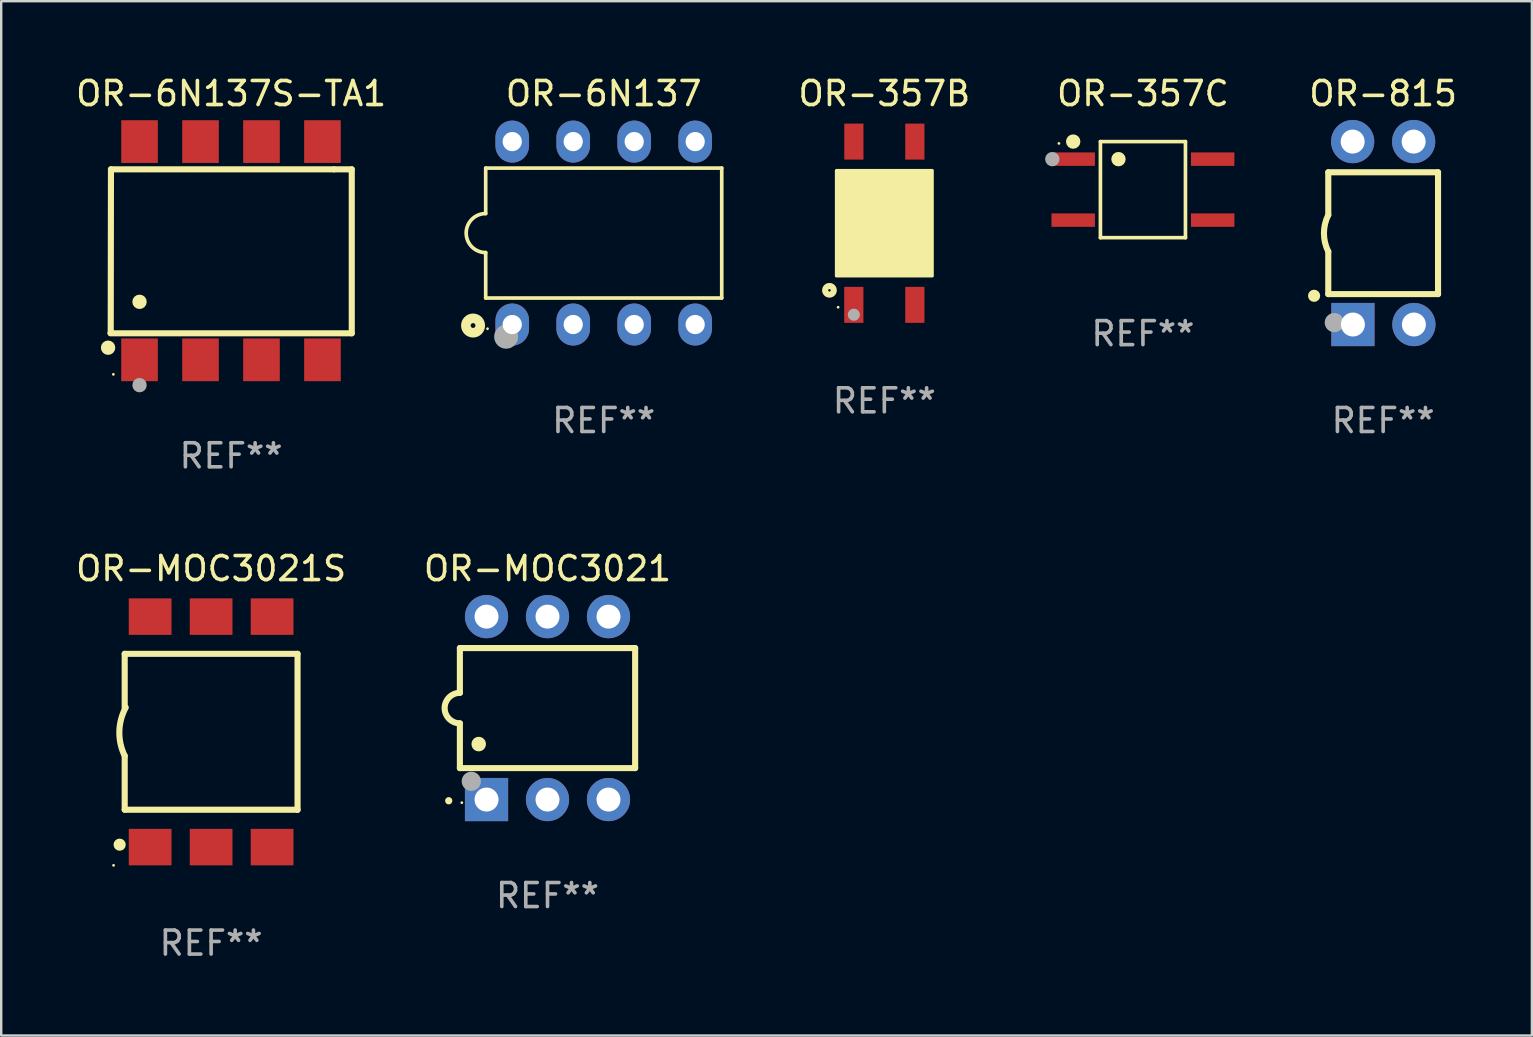
<source format=kicad_pcb>
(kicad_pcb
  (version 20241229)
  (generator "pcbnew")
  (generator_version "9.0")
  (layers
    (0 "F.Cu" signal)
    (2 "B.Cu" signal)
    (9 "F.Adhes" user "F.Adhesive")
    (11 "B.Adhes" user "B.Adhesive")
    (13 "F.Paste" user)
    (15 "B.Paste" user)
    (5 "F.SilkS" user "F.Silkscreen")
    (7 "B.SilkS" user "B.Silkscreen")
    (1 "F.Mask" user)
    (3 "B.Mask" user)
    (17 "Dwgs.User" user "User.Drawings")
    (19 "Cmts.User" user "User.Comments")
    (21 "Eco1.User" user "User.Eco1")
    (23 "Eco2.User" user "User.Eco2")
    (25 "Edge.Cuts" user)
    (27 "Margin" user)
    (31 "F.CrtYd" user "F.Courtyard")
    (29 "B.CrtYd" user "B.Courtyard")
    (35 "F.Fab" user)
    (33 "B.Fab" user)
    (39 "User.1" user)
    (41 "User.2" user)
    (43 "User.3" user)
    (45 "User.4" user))
  (footprint "OR-MOC3021S"
    (layer "F.Cu")
    (at 5.744 27.435)
    (property "Reference" "OR-MOC3021S" (at 0 -6.8 0) (layer "F.SilkS") (effects (font (size 1 1) (thickness 0.15))))
    (attr through_hole)
    (fp_line (start -3.6 -3.25) (end -3.6 -1) (stroke (width 0.254) (type solid)) (layer "F.SilkS"))
    (fp_line (start -3.6 -3.25) (end 3.6 -3.25) (stroke (width 0.254) (type solid)) (layer "F.SilkS"))
    (fp_line (start -3.6 3.243) (end -3.6 1) (stroke (width 0.254) (type solid)) (layer "F.SilkS"))
    (fp_line (start 3.6 -3.25) (end 3.6 3.25) (stroke (width 0.254) (type solid)) (layer "F.SilkS"))
    (fp_line (start 3.6 3.243) (end -3.6 3.243) (stroke (width 0.254) (type solid)) (layer "F.SilkS"))
    (fp_arc (start -3.599187 0.999746) (mid -3.822377 -0.013372) (end -3.556007 -1.016002) (stroke (width 0.254001) (type solid)) (layer "F.SilkS"))
    (fp_circle (center -4.064 5.56) (end -4.034 5.56) (stroke (width 0.06) (type solid)) (fill no) (layer "F.SilkS"))
    (fp_circle (center -3.81 4.699) (end -3.683 4.699) (stroke (width 0.254) (type solid)) (fill no) (layer "F.SilkS"))
    (fp_text user "REF**" (at 0 8.8 0) (layer "F.Fab") (effects (font (size 1 1) (thickness 0.15))))
    (pad "1" smd rect (at -2.54 4.8) (size 1.78 1.52) (layers "F.Cu" "F.Mask" "F.Paste"))
    (pad "2" smd rect (at 0 4.8) (size 1.78 1.52) (layers "F.Cu" "F.Mask" "F.Paste"))
    (pad "3" smd rect (at 2.54 4.8) (size 1.78 1.52) (layers "F.Cu" "F.Mask" "F.Paste"))
    (pad "4" smd rect (at 2.54 -4.8) (size 1.78 1.52) (layers "F.Cu" "F.Mask" "F.Paste"))
    (pad "5" smd rect (at 0 -4.8) (size 1.78 1.52) (layers "F.Cu" "F.Mask" "F.Paste"))
    (pad "6" smd rect (at -2.54 -4.8) (size 1.78 1.52) (layers "F.Cu" "F.Mask" "F.Paste")))
  (footprint "OR-357C"
    (layer "F.Cu")
    (at 44.558 4.849)
    (property "Reference" "OR-357C" (at 0 -4.001 0) (layer "F.SilkS") (effects (font (size 1 1) (thickness 0.15))))
    (attr through_hole)
    (fp_line (start -1.771 -2.001) (end 1.771 -2.001) (stroke (width 0.152) (type solid)) (layer "F.SilkS"))
    (fp_line (start -1.771 2.001) (end -1.771 -2.001) (stroke (width 0.152) (type solid)) (layer "F.SilkS"))
    (fp_line (start 1.771 -2.001) (end 1.771 2.001) (stroke (width 0.152) (type solid)) (layer "F.SilkS"))
    (fp_line (start 1.771 2.001) (end -1.771 2.001) (stroke (width 0.152) (type solid)) (layer "F.SilkS"))
    (fp_circle (center -3.5 -1.925) (end -3.47 -1.925) (stroke (width 0.06) (type solid)) (fill no) (layer "F.SilkS"))
    (fp_circle (center -2.905 -2.002) (end -2.755 -2.002) (stroke (width 0.3) (type solid)) (fill no) (layer "F.SilkS"))
    (fp_circle (center -1.019 -1.27) (end -0.869 -1.27) (stroke (width 0.3) (type solid)) (fill no) (layer "F.SilkS"))
    (fp_circle (center -3.775 -1.27) (end -3.625 -1.27) (stroke (width 0.3) (type solid)) (fill no) (layer "F.Fab"))
    (fp_text user "REF**" (at 0 6.001 0) (layer "F.Fab") (effects (font (size 1 1) (thickness 0.15))))
    (pad "1" smd rect (at -2.905 -1.27) (size 1.81 0.56) (layers "F.Cu" "F.Mask" "F.Paste"))
    (pad "2" smd rect (at -2.905 1.27) (size 1.81 0.56) (layers "F.Cu" "F.Mask" "F.Paste"))
    (pad "3" smd rect (at 2.905 1.27) (size 1.81 0.56) (layers "F.Cu" "F.Mask" "F.Paste"))
    (pad "4" smd rect (at 2.905 -1.27) (size 1.81 0.56) (layers "F.Cu" "F.Mask" "F.Paste")))
  (footprint "OR-6N137"
    (layer "F.Cu")
    (at 22.097 6.658)
    (property "Reference" "OR-6N137" (at 0 -5.81 0) (layer "F.SilkS") (effects (font (size 1 1) (thickness 0.15))))
    (attr through_hole)
    (fp_line (start -4.916 -2.706) (end -4.916 -0.812) (stroke (width 0.152) (type solid)) (layer "F.SilkS"))
    (fp_line (start -4.916 0.812) (end -4.916 2.706) (stroke (width 0.152) (type solid)) (layer "F.SilkS"))
    (fp_line (start -4.916 2.706) (end 4.916 2.706) (stroke (width 0.152) (type solid)) (layer "F.SilkS"))
    (fp_line (start 4.916 -2.706) (end -4.916 -2.706) (stroke (width 0.152) (type solid)) (layer "F.SilkS"))
    (fp_line (start 4.916 2.706) (end 4.916 -2.706) (stroke (width 0.152) (type solid)) (layer "F.SilkS"))
    (fp_arc (start -4.9162 0.812499) (mid -5.728699 0) (end -4.9162 -0.812499) (stroke (width 0.1524) (type solid)) (layer "F.SilkS"))
    (fp_circle (center -5.442 3.852) (end -5.142 3.852) (stroke (width 0.4) (type solid)) (fill no) (layer "F.SilkS"))
    (fp_circle (center -4.84 3.985) (end -4.81 3.985) (stroke (width 0.06) (type solid)) (fill no) (layer "F.SilkS"))
    (fp_circle (center -4.064 4.318) (end -3.814 4.318) (stroke (width 0.5) (type solid)) (fill no) (layer "F.Fab"))
    (fp_text user "REF**" (at 0 7.81 0) (layer "F.Fab") (effects (font (size 1 1) (thickness 0.15))))
    (pad "1" thru_hole oval (at -3.81 3.81) (size 1.4 1.75) (drill 0.8) (layers "*.Cu" "*.Mask"))
    (pad "2" thru_hole oval (at -1.27 3.81) (size 1.4 1.75) (drill 0.8) (layers "*.Cu" "*.Mask"))
    (pad "3" thru_hole oval (at 1.27 3.81) (size 1.4 1.75) (drill 0.8) (layers "*.Cu" "*.Mask"))
    (pad "4" thru_hole oval (at 3.81 3.81) (size 1.4 1.75) (drill 0.8) (layers "*.Cu" "*.Mask"))
    (pad "5" thru_hole oval (at 3.81 -3.81) (size 1.4 1.75) (drill 0.8) (layers "*.Cu" "*.Mask"))
    (pad "6" thru_hole oval (at 1.27 -3.81) (size 1.4 1.75) (drill 0.8) (layers "*.Cu" "*.Mask"))
    (pad "7" thru_hole oval (at -1.27 -3.81) (size 1.4 1.75) (drill 0.8) (layers "*.Cu" "*.Mask"))
    (pad "8" thru_hole oval (at -3.81 -3.81) (size 1.4 1.75) (drill 0.8) (layers "*.Cu" "*.Mask")))
  (footprint "OR-6N137S-TA1"
    (layer "F.Cu")
    (at 6.577 7.393)
    (property "Reference" "OR-6N137S-TA1" (at 0 -6.545 0) (layer "F.SilkS") (effects (font (size 1 1) (thickness 0.15))))
    (attr through_hole)
    (fp_line (start -5.005 -3.39) (end -5.015 3.42) (stroke (width 0.254) (type solid)) (layer "F.SilkS"))
    (fp_line (start 4.285 -3.39) (end -5.005 -3.39) (stroke (width 0.254) (type solid)) (layer "F.SilkS"))
    (fp_line (start 4.285 -3.39) (end 5.025 -3.39) (stroke (width 0.254) (type solid)) (layer "F.SilkS"))
    (fp_line (start 5.025 -3.39) (end 5.025 3.44) (stroke (width 0.254) (type solid)) (layer "F.SilkS"))
    (fp_line (start 5.025 3.44) (end -5.025 3.44) (stroke (width 0.254) (type solid)) (layer "F.SilkS"))
    (fp_circle (center -5.125 4.04) (end -4.975 4.04) (stroke (width 0.3) (type solid)) (fill no) (layer "F.SilkS"))
    (fp_circle (center -4.905 5.15) (end -4.875 5.15) (stroke (width 0.06) (type solid)) (fill no) (layer "F.SilkS"))
    (fp_circle (center -3.815 2.129) (end -3.665 2.129) (stroke (width 0.3) (type solid)) (fill no) (layer "F.SilkS"))
    (fp_circle (center -3.815 5.6) (end -3.665 5.6) (stroke (width 0.3) (type solid)) (fill no) (layer "F.Fab"))
    (fp_text user "REF**" (at 0 8.545 0) (layer "F.Fab") (effects (font (size 1 1) (thickness 0.15))))
    (pad "1" smd rect (at -3.815 4.545) (size 1.525 1.78) (layers "F.Cu" "F.Mask" "F.Paste"))
    (pad "2" smd rect (at -1.275 4.545) (size 1.525 1.78) (layers "F.Cu" "F.Mask" "F.Paste"))
    (pad "3" smd rect (at 1.265 4.545) (size 1.525 1.78) (layers "F.Cu" "F.Mask" "F.Paste"))
    (pad "4" smd rect (at 3.805 4.545) (size 1.525 1.78) (layers "F.Cu" "F.Mask" "F.Paste"))
    (pad "5" smd rect (at 3.805 -4.545) (size 1.525 1.78) (layers "F.Cu" "F.Mask" "F.Paste"))
    (pad "6" smd rect (at 1.265 -4.545) (size 1.525 1.78) (layers "F.Cu" "F.Mask" "F.Paste"))
    (pad "7" smd rect (at -1.275 -4.545) (size 1.525 1.78) (layers "F.Cu" "F.Mask" "F.Paste"))
    (pad "8" smd rect (at -3.815 -4.545) (size 1.525 1.78) (layers "F.Cu" "F.Mask" "F.Paste")))
  (footprint "OR-815"
    (layer "F.Cu")
    (at 54.564 6.658)
    (property "Reference" "OR-815" (at 0 -5.81 0) (layer "F.SilkS") (effects (font (size 1 1) (thickness 0.15))))
    (attr through_hole)
    (fp_line (start -2.286 -2.532) (end -2.286 -0.754) (stroke (width 0.254) (type solid)) (layer "F.SilkS"))
    (fp_line (start -2.286 -2.532) (end 2.286 -2.532) (stroke (width 0.254) (type solid)) (layer "F.SilkS"))
    (fp_line (start -2.286 0.77) (end -2.286 2.542) (stroke (width 0.254) (type solid)) (layer "F.SilkS"))
    (fp_line (start -2.286 2.542) (end 2.286 2.542) (stroke (width 0.254) (type solid)) (layer "F.SilkS"))
    (fp_line (start 2.286 -2.532) (end 2.286 2.542) (stroke (width 0.254) (type solid)) (layer "F.SilkS"))
    (fp_arc (start -2.286005 0.769952) (mid -2.465889 0.00795) (end -2.286005 -0.754051) (stroke (width 0.254001) (type solid)) (layer "F.SilkS"))
    (fp_circle (center -2.877 2.613) (end -2.75 2.613) (stroke (width 0.254) (type solid)) (fill no) (layer "F.SilkS"))
    (fp_circle (center -2.29 3.935) (end -2.26 3.935) (stroke (width 0.06) (type solid)) (fill no) (layer "F.SilkS"))
    (fp_circle (center -2.035 3.73) (end -1.835 3.73) (stroke (width 0.4) (type solid)) (fill no) (layer "F.Fab"))
    (fp_text user "REF**" (at 0 7.81 0) (layer "F.Fab") (effects (font (size 1 1) (thickness 0.15))))
    (pad "1" thru_hole rect (at -1.26 3.81 180) (size 1.8 1.8) (drill 1) (layers "*.Cu" "*.Mask"))
    (pad "2" thru_hole circle (at 1.28 3.81) (size 1.8 1.8) (drill 1) (layers "*.Cu" "*.Mask"))
    (pad "3" thru_hole circle (at 1.27 -3.81) (size 1.8 1.8) (drill 1) (layers "*.Cu" "*.Mask"))
    (pad "4" thru_hole circle (at -1.27 -3.81) (size 1.8 1.8) (drill 1) (layers "*.Cu" "*.Mask")))
  (footprint "OR-357B"
    (layer "F.Cu")
    (at 33.786 6.248)
    (property "Reference" "OR-357B" (at 0 -5.4 0) (layer "F.SilkS") (effects (font (size 1 1) (thickness 0.15))))
    (attr through_hole)
    (fp_circle (center -2.286 2.794) (end -2.107 2.794) (stroke (width 0.254) (type solid)) (fill no) (layer "F.SilkS"))
    (fp_circle (center -1.925 3.5) (end -1.895 3.5) (stroke (width 0.06) (type solid)) (fill no) (layer "F.SilkS"))
    (fp_circle (center -1.017 1.27) (end -0.636 1.27) (stroke (width 0.254) (type solid)) (fill no) (layer "F.SilkS"))
    (fp_poly (pts (xy -2 -2.2) (xy 2 -2.2) (xy 2 2.2) (xy -2 2.2)) (stroke (width 0.12) (type solid)) (fill yes) (layer "F.SilkS"))
    (fp_circle (center -1.27 3.81) (end -1.143 3.81) (stroke (width 0.254) (type solid)) (fill no) (layer "F.Fab"))
    (fp_text user "REF**" (at 0 7.4 0) (layer "F.Fab") (effects (font (size 1 1) (thickness 0.15))))
    (pad "1" smd rect (at -1.271 3.4 90) (size 1.5 0.8) (layers "F.Cu" "F.Mask" "F.Paste"))
    (pad "2" smd rect (at 1.271 3.4 90) (size 1.5 0.8) (layers "F.Cu" "F.Mask" "F.Paste"))
    (pad "3" smd rect (at 1.271 -3.4 90) (size 1.5 0.8) (layers "F.Cu" "F.Mask" "F.Paste"))
    (pad "4" smd rect (at -1.269 -3.4 90) (size 1.5 0.8) (layers "F.Cu" "F.Mask" "F.Paste")))
  (footprint "OR-MOC3021"
    (layer "F.Cu")
    (at 19.756 26.445)
    (property "Reference" "OR-MOC3021" (at 0 -5.81 0) (layer "F.SilkS") (effects (font (size 1 1) (thickness 0.15))))
    (attr through_hole)
    (fp_line (start -3.65 -2.5) (end 3.65 -2.5) (stroke (width 0.254) (type solid)) (layer "F.SilkS"))
    (fp_line (start -3.65 -0.635) (end -3.65 -2.5) (stroke (width 0.254) (type solid)) (layer "F.SilkS"))
    (fp_line (start -3.65 0.635) (end -3.65 2.5) (stroke (width 0.254) (type solid)) (layer "F.SilkS"))
    (fp_line (start -3.65 2.5) (end 3.65 2.5) (stroke (width 0.254) (type solid)) (layer "F.SilkS"))
    (fp_line (start 3.65 -2.5) (end 3.65 2.5) (stroke (width 0.254) (type solid)) (layer "F.SilkS"))
    (fp_arc (start -4.114808 3.860808) (mid -4.114813 3.859538) (end -4.114808 3.858268) (stroke (width 0.3) (type solid)) (layer "F.SilkS"))
    (fp_arc (start -3.650013 0.635001) (mid -4.285014 0) (end -3.650013 -0.635001) (stroke (width 0.254001) (type solid)) (layer "F.SilkS"))
    (fp_arc (start -2.865405 1.501143) (mid -2.865416 1.498603) (end -2.865405 1.496063) (stroke (width 0.6) (type solid)) (layer "F.SilkS"))
    (fp_circle (center -3.57 3.94) (end -3.54 3.94) (stroke (width 0.06) (type solid)) (fill no) (layer "F.SilkS"))
    (fp_circle (center -3.175 3.048) (end -2.975 3.048) (stroke (width 0.4) (type solid)) (fill no) (layer "F.Fab"))
    (fp_text user "REF**" (at 0 7.81 0) (layer "F.Fab") (effects (font (size 1 1) (thickness 0.15))))
    (pad "1" thru_hole rect (at -2.54 3.81 90) (size 1.8 1.8) (drill 1) (layers "*.Cu" "*.Mask"))
    (pad "2" thru_hole circle (at 0 3.81) (size 1.8 1.8) (drill 1) (layers "*.Cu" "*.Mask"))
    (pad "3" thru_hole circle (at 2.54 3.81) (size 1.8 1.8) (drill 1) (layers "*.Cu" "*.Mask"))
    (pad "4" thru_hole circle (at 2.54 -3.81) (size 1.8 1.8) (drill 1) (layers "*.Cu" "*.Mask"))
    (pad "5" thru_hole circle (at 0 -3.81) (size 1.8 1.8) (drill 1) (layers "*.Cu" "*.Mask"))
    (pad "6" thru_hole circle (at -2.54 -3.81) (size 1.8 1.8) (drill 1) (layers "*.Cu" "*.Mask")))
  (gr_rect
    (start -3 -3)
    (end 60.76 40.083)
    (stroke (width 0.1) (type default))
    (fill no)
    (layer "Edge.Cuts")))
</source>
